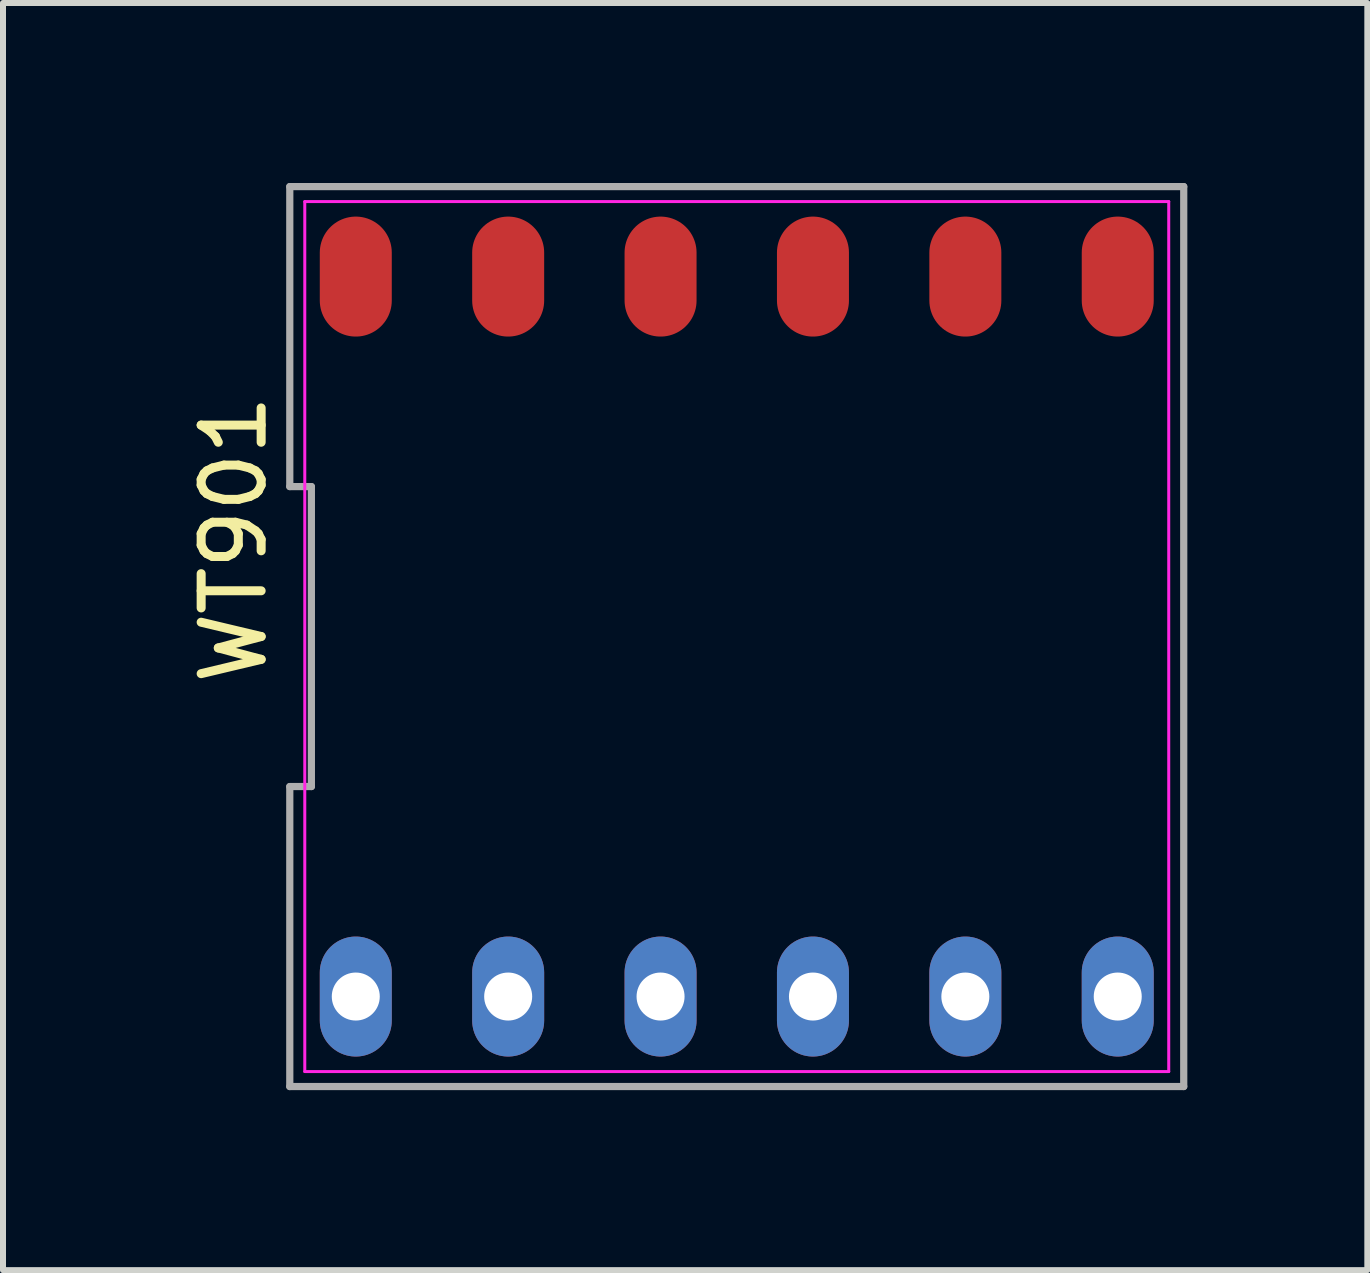
<source format=kicad_pcb>
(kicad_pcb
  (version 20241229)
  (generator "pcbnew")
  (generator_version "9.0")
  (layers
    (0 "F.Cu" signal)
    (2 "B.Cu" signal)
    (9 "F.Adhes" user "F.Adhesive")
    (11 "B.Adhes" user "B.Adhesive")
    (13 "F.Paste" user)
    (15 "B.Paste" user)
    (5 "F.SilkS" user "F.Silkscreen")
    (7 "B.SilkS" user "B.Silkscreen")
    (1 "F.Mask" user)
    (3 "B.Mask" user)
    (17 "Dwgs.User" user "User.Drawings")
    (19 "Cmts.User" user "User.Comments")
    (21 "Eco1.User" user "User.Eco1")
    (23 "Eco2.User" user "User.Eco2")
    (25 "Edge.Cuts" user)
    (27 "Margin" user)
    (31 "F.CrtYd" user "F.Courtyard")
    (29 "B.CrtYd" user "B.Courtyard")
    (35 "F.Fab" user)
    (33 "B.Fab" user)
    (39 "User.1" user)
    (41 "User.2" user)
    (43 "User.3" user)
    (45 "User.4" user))
  (footprint "WT901"
    (layer "F.Cu")
    (at 9.23 7.56)
    (property "Reference" "WT901" (at -8.382 -1.62 90) (layer "F.SilkS") (effects (font (size 1 1) (thickness 0.15))))
    (attr through_hole exclude_from_pos_files)
    (fp_line (start -7.2 -7.25) (end 7.2 -7.25) (stroke (width 0.05) (type solid)) (layer "F.CrtYd"))
    (fp_line (start -7.2 7.25) (end -7.2 -7.25) (stroke (width 0.05) (type solid)) (layer "F.CrtYd"))
    (fp_line (start 7.2 -7.25) (end 7.2 7.25) (stroke (width 0.05) (type solid)) (layer "F.CrtYd"))
    (fp_line (start 7.2 7.25) (end -7.2 7.25) (stroke (width 0.05) (type solid)) (layer "F.CrtYd"))
    (fp_line (start -7.45 -7.5) (end -7.45 -2.5) (stroke (width 0.12) (type solid)) (layer "F.Fab"))
    (fp_line (start -7.45 -2.5) (end -7.09 -2.5) (stroke (width 0.12) (type solid)) (layer "F.Fab"))
    (fp_line (start -7.45 2.5) (end -7.45 7.5) (stroke (width 0.12) (type solid)) (layer "F.Fab"))
    (fp_line (start -7.45 7.5) (end 7.45 7.5) (stroke (width 0.12) (type solid)) (layer "F.Fab"))
    (fp_line (start -7.09 -2.5) (end -7.09 2.5) (stroke (width 0.12) (type solid)) (layer "F.Fab"))
    (fp_line (start -7.09 2.5) (end -7.45 2.5) (stroke (width 0.12) (type solid)) (layer "F.Fab"))
    (fp_line (start 7.45 -7.5) (end -7.45 -7.5) (stroke (width 0.12) (type solid)) (layer "F.Fab"))
    (fp_line (start 7.45 7.5) (end 7.45 -7.5) (stroke (width 0.12) (type solid)) (layer "F.Fab"))
    (pad "1" thru_hole oval (at -6.35 6) (size 1.2 2) (drill 0.8) (layers "*.Cu" "*.Mask"))
    (pad "2" thru_hole oval (at -3.81 6) (size 1.2 2) (drill 0.8) (layers "*.Cu" "*.Mask"))
    (pad "3" thru_hole oval (at -1.27 6) (size 1.2 2) (drill 0.8) (layers "*.Cu" "*.Mask"))
    (pad "4" thru_hole oval (at 1.27 6) (size 1.2 2) (drill 0.8) (layers "*.Cu" "*.Mask"))
    (pad "5" thru_hole oval (at 3.81 6) (size 1.2 2) (drill 0.8) (layers "*.Cu" "*.Mask"))
    (pad "6" thru_hole oval (at 6.35 6) (size 1.2 2) (drill 0.8) (layers "*.Cu" "*.Mask"))
    (pad "7" connect oval (at 6.35 -6) (size 1.2 2) (layers "F.Cu" "F.Mask"))
    (pad "8" connect oval (at 3.81 -6) (size 1.2 2) (layers "F.Cu" "F.Mask"))
    (pad "9" connect oval (at 1.27 -6) (size 1.2 2) (layers "F.Cu" "F.Mask"))
    (pad "10" connect oval (at -1.27 -6) (size 1.2 2) (layers "F.Cu" "F.Mask"))
    (pad "11" connect oval (at -3.81 -6) (size 1.2 2) (layers "F.Cu" "F.Mask"))
    (pad "12" connect oval (at -6.35 -6) (size 1.2 2) (layers "F.Cu" "F.Mask")))
  (gr_rect
    (start -3 -3)
    (end 19.74 18.12)
    (stroke (width 0.1) (type default))
    (fill no)
    (layer "Edge.Cuts")))
</source>
